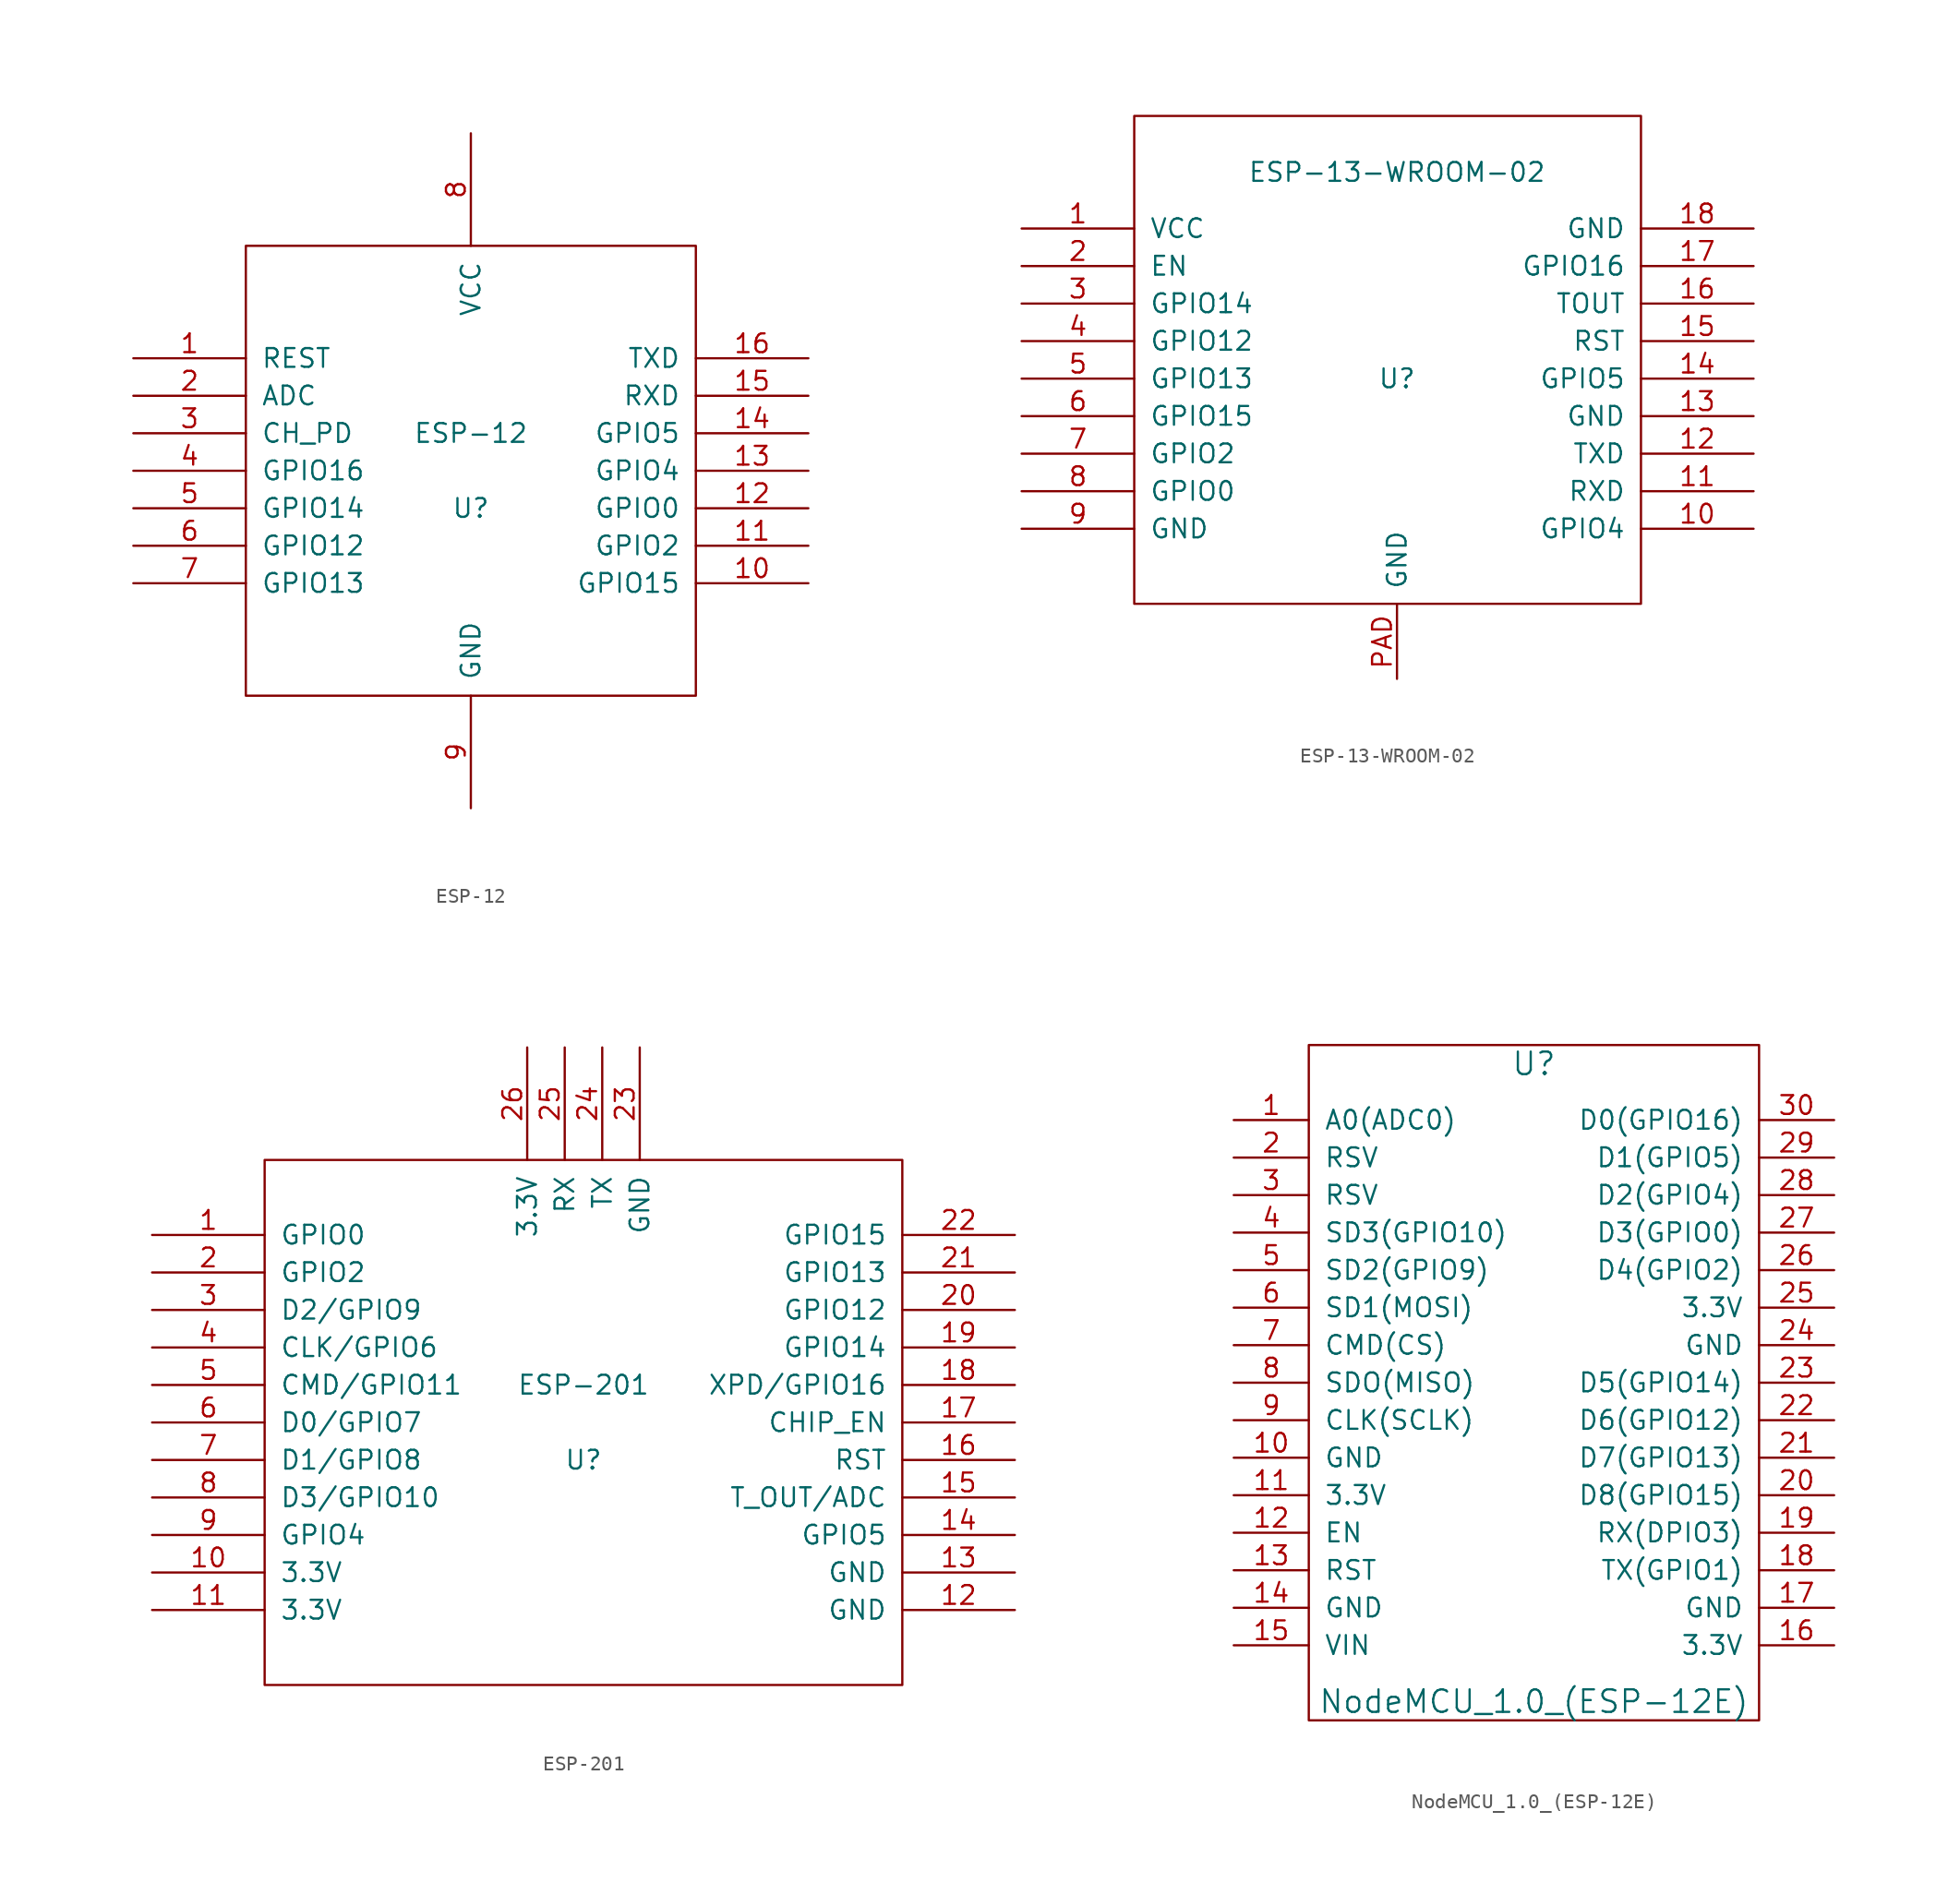
<source format=kicad_sym>
(kicad_symbol_lib
  (version 20241209)
  (generator "kicad_symbol_editor")
  (generator_version "9.0")
  (symbol "ESP-12"
    (pin_names
      (offset 1.016))
    (property "Reference" "U"
      (at 0 -2.54 0)
      (effects (font (size 1.27 1.27))))
    (property "Value" "ESP-12"
      (at 0 2.54 0)
      (effects (font (size 1.27 1.27))))
    (symbol "ESP-12_1_0"
      (rectangle (start -15.24 -15.24) (end 15.24 15.24) (stroke (width 0) (type solid)) (fill (type none))))
    (symbol "ESP-12_1_1"
      (pin input line (at -22.86 7.62 0) (length 7.62) (name "REST" (effects (font (size 1.27 1.27)))) (number "1" (effects (font (size 1.27 1.27)))))
      (pin passive line (at -22.86 5.08 0) (length 7.62) (name "ADC" (effects (font (size 1.27 1.27)))) (number "2" (effects (font (size 1.27 1.27)))))
      (pin input line (at -22.86 2.54 0) (length 7.62) (name "CH_PD" (effects (font (size 1.27 1.27)))) (number "3" (effects (font (size 1.27 1.27)))))
      (pin bidirectional line (at -22.86 0 0) (length 7.62) (name "GPIO16" (effects (font (size 1.27 1.27)))) (number "4" (effects (font (size 1.27 1.27)))))
      (pin bidirectional line (at -22.86 -2.54 0) (length 7.62) (name "GPIO14" (effects (font (size 1.27 1.27)))) (number "5" (effects (font (size 1.27 1.27)))))
      (pin bidirectional line (at -22.86 -5.08 0) (length 7.62) (name "GPIO12" (effects (font (size 1.27 1.27)))) (number "6" (effects (font (size 1.27 1.27)))))
      (pin bidirectional line (at -22.86 -7.62 0) (length 7.62) (name "GPIO13" (effects (font (size 1.27 1.27)))) (number "7" (effects (font (size 1.27 1.27)))))
      (pin power_in line (at 0 22.86 270) (length 7.62) (name "VCC" (effects (font (size 1.27 1.27)))) (number "8" (effects (font (size 1.27 1.27)))))
      (pin power_in line (at 0 -22.86 90) (length 7.62) (name "GND" (effects (font (size 1.27 1.27)))) (number "9" (effects (font (size 1.27 1.27)))))
      (pin output line (at 22.86 7.62 180) (length 7.62) (name "TXD" (effects (font (size 1.27 1.27)))) (number "16" (effects (font (size 1.27 1.27)))))
      (pin input line (at 22.86 5.08 180) (length 7.62) (name "RXD" (effects (font (size 1.27 1.27)))) (number "15" (effects (font (size 1.27 1.27)))))
      (pin bidirectional line (at 22.86 2.54 180) (length 7.62) (name "GPIO5" (effects (font (size 1.27 1.27)))) (number "14" (effects (font (size 1.27 1.27)))))
      (pin bidirectional line (at 22.86 0 180) (length 7.62) (name "GPIO4" (effects (font (size 1.27 1.27)))) (number "13" (effects (font (size 1.27 1.27)))))
      (pin bidirectional line (at 22.86 -2.54 180) (length 7.62) (name "GPIO0" (effects (font (size 1.27 1.27)))) (number "12" (effects (font (size 1.27 1.27)))))
      (pin bidirectional line (at 22.86 -5.08 180) (length 7.62) (name "GPIO2" (effects (font (size 1.27 1.27)))) (number "11" (effects (font (size 1.27 1.27)))))
      (pin bidirectional line (at 22.86 -7.62 180) (length 7.62) (name "GPIO15" (effects (font (size 1.27 1.27)))) (number "10" (effects (font (size 1.27 1.27)))))))
  (symbol "ESP-13-WROOM-02"
    (pin_names
      (offset 1.016))
    (property "Reference" "U"
      (at 0 -2.54 0)
      (effects (font (size 1.27 1.27))))
    (property "Value" "ESP-13-WROOM-02"
      (at 0 11.43 0)
      (effects (font (size 1.27 1.27))))
    (symbol "ESP-13-WROOM-02_1_0"
      (rectangle (start -17.78 -17.78) (end 16.51 15.24) (stroke (width 0) (type solid)) (fill (type none))))
    (symbol "ESP-13-WROOM-02_1_1"
      (pin input line (at -25.4 7.62 0) (length 7.62) (name "VCC" (effects (font (size 1.27 1.27)))) (number "1" (effects (font (size 1.27 1.27)))))
      (pin passive line (at -25.4 5.08 0) (length 7.62) (name "EN" (effects (font (size 1.27 1.27)))) (number "2" (effects (font (size 1.27 1.27)))))
      (pin input line (at -25.4 2.54 0) (length 7.62) (name "GPIO14" (effects (font (size 1.27 1.27)))) (number "3" (effects (font (size 1.27 1.27)))))
      (pin bidirectional line (at -25.4 0 0) (length 7.62) (name "GPIO12" (effects (font (size 1.27 1.27)))) (number "4" (effects (font (size 1.27 1.27)))))
      (pin bidirectional line (at -25.4 -2.54 0) (length 7.62) (name "GPIO13" (effects (font (size 1.27 1.27)))) (number "5" (effects (font (size 1.27 1.27)))))
      (pin bidirectional line (at -25.4 -5.08 0) (length 7.62) (name "GPIO15" (effects (font (size 1.27 1.27)))) (number "6" (effects (font (size 1.27 1.27)))))
      (pin bidirectional line (at -25.4 -7.62 0) (length 7.62) (name "GPIO2" (effects (font (size 1.27 1.27)))) (number "7" (effects (font (size 1.27 1.27)))))
      (pin bidirectional line (at -25.4 -10.16 0) (length 7.62) (name "GPIO0" (effects (font (size 1.27 1.27)))) (number "8" (effects (font (size 1.27 1.27)))))
      (pin power_in line (at -25.4 -12.7 0) (length 7.62) (name "GND" (effects (font (size 1.27 1.27)))) (number "9" (effects (font (size 1.27 1.27)))))
      (pin power_in line (at 0 -22.86 90) (length 5.004) (name "GND" (effects (font (size 1.27 1.27)))) (number "PAD" (effects (font (size 1.27 1.27)))))
      (pin power_in line (at 24.13 7.62 180) (length 7.62) (name "GND" (effects (font (size 1.27 1.27)))) (number "18" (effects (font (size 1.27 1.27)))))
      (pin bidirectional line (at 24.13 5.08 180) (length 7.62) (name "GPIO16" (effects (font (size 1.27 1.27)))) (number "17" (effects (font (size 1.27 1.27)))))
      (pin output line (at 24.13 2.54 180) (length 7.62) (name "TOUT" (effects (font (size 1.27 1.27)))) (number "16" (effects (font (size 1.27 1.27)))))
      (pin input line (at 24.13 0 180) (length 7.62) (name "RST" (effects (font (size 1.27 1.27)))) (number "15" (effects (font (size 1.27 1.27)))))
      (pin bidirectional line (at 24.13 -2.54 180) (length 7.62) (name "GPIO5" (effects (font (size 1.27 1.27)))) (number "14" (effects (font (size 1.27 1.27)))))
      (pin power_in line (at 24.13 -5.08 180) (length 7.62) (name "GND" (effects (font (size 1.27 1.27)))) (number "13" (effects (font (size 1.27 1.27)))))
      (pin bidirectional line (at 24.13 -7.62 180) (length 7.62) (name "TXD" (effects (font (size 1.27 1.27)))) (number "12" (effects (font (size 1.27 1.27)))))
      (pin bidirectional line (at 24.13 -10.16 180) (length 7.62) (name "RXD" (effects (font (size 1.27 1.27)))) (number "11" (effects (font (size 1.27 1.27)))))
      (pin bidirectional line (at 24.13 -12.7 180) (length 7.62) (name "GPIO4" (effects (font (size 1.27 1.27)))) (number "10" (effects (font (size 1.27 1.27)))))))
  (symbol "ESP-201"
    (pin_names
      (offset 1.016))
    (property "Reference" "U"
      (at 0 -2.54 0)
      (effects (font (size 1.27 1.27))))
    (property "Value" "ESP-201"
      (at 0 2.54 0)
      (effects (font (size 1.27 1.27))))
    (symbol "ESP-201_1_0"
      (rectangle (start -21.59 -17.78) (end 21.59 17.78) (stroke (width 0) (type solid)) (fill (type none))))
    (symbol "ESP-201_1_1"
      (pin bidirectional line (at -29.21 12.7 0) (length 7.62) (name "GPIO0" (effects (font (size 1.27 1.27)))) (number "1" (effects (font (size 1.27 1.27)))))
      (pin bidirectional line (at -29.21 10.16 0) (length 7.62) (name "GPIO2" (effects (font (size 1.27 1.27)))) (number "2" (effects (font (size 1.27 1.27)))))
      (pin output line (at -29.21 7.62 0) (length 7.62) (name "D2/GPIO9" (effects (font (size 1.27 1.27)))) (number "3" (effects (font (size 1.27 1.27)))))
      (pin output line (at -29.21 5.08 0) (length 7.62) (name "CLK/GPIO6" (effects (font (size 1.27 1.27)))) (number "4" (effects (font (size 1.27 1.27)))))
      (pin output line (at -29.21 2.54 0) (length 7.62) (name "CMD/GPIO11" (effects (font (size 1.27 1.27)))) (number "5" (effects (font (size 1.27 1.27)))))
      (pin output line (at -29.21 0 0) (length 7.62) (name "D0/GPIO7" (effects (font (size 1.27 1.27)))) (number "6" (effects (font (size 1.27 1.27)))))
      (pin output line (at -29.21 -2.54 0) (length 7.62) (name "D1/GPIO8" (effects (font (size 1.27 1.27)))) (number "7" (effects (font (size 1.27 1.27)))))
      (pin output line (at -29.21 -5.08 0) (length 7.62) (name "D3/GPIO10" (effects (font (size 1.27 1.27)))) (number "8" (effects (font (size 1.27 1.27)))))
      (pin bidirectional line (at -29.21 -7.62 0) (length 7.62) (name "GPIO4" (effects (font (size 1.27 1.27)))) (number "9" (effects (font (size 1.27 1.27)))))
      (pin power_in line (at -29.21 -10.16 0) (length 7.62) (name "3.3V" (effects (font (size 1.27 1.27)))) (number "10" (effects (font (size 1.27 1.27)))))
      (pin power_in line (at -29.21 -12.7 0) (length 7.62) (name "3.3V" (effects (font (size 1.27 1.27)))) (number "11" (effects (font (size 1.27 1.27)))))
      (pin power_in line (at -3.81 25.4 270) (length 7.62) (name "3.3V" (effects (font (size 1.27 1.27)))) (number "26" (effects (font (size 1.27 1.27)))))
      (pin input line (at -1.27 25.4 270) (length 7.62) (name "RX" (effects (font (size 1.27 1.27)))) (number "25" (effects (font (size 1.27 1.27)))))
      (pin output line (at 1.27 25.4 270) (length 7.62) (name "TX" (effects (font (size 1.27 1.27)))) (number "24" (effects (font (size 1.27 1.27)))))
      (pin power_in line (at 3.81 25.4 270) (length 7.62) (name "GND" (effects (font (size 1.27 1.27)))) (number "23" (effects (font (size 1.27 1.27)))))
      (pin bidirectional line (at 29.21 12.7 180) (length 7.62) (name "GPIO15" (effects (font (size 1.27 1.27)))) (number "22" (effects (font (size 1.27 1.27)))))
      (pin bidirectional line (at 29.21 10.16 180) (length 7.62) (name "GPIO13" (effects (font (size 1.27 1.27)))) (number "21" (effects (font (size 1.27 1.27)))))
      (pin bidirectional line (at 29.21 7.62 180) (length 7.62) (name "GPIO12" (effects (font (size 1.27 1.27)))) (number "20" (effects (font (size 1.27 1.27)))))
      (pin bidirectional line (at 29.21 5.08 180) (length 7.62) (name "GPIO14" (effects (font (size 1.27 1.27)))) (number "19" (effects (font (size 1.27 1.27)))))
      (pin bidirectional line (at 29.21 2.54 180) (length 7.62) (name "XPD/GPIO16" (effects (font (size 1.27 1.27)))) (number "18" (effects (font (size 1.27 1.27)))))
      (pin input line (at 29.21 0 180) (length 7.62) (name "CHIP_EN" (effects (font (size 1.27 1.27)))) (number "17" (effects (font (size 1.27 1.27)))))
      (pin input line (at 29.21 -2.54 180) (length 7.62) (name "RST" (effects (font (size 1.27 1.27)))) (number "16" (effects (font (size 1.27 1.27)))))
      (pin bidirectional line (at 29.21 -5.08 180) (length 7.62) (name "T_OUT/ADC" (effects (font (size 1.27 1.27)))) (number "15" (effects (font (size 1.27 1.27)))))
      (pin bidirectional line (at 29.21 -7.62 180) (length 7.62) (name "GPIO5" (effects (font (size 1.27 1.27)))) (number "14" (effects (font (size 1.27 1.27)))))
      (pin power_in line (at 29.21 -10.16 180) (length 7.62) (name "GND" (effects (font (size 1.27 1.27)))) (number "13" (effects (font (size 1.27 1.27)))))
      (pin power_in line (at 29.21 -12.7 180) (length 7.62) (name "GND" (effects (font (size 1.27 1.27)))) (number "12" (effects (font (size 1.27 1.27)))))))
  (symbol "NodeMCU_1.0_(ESP-12E)"
    (pin_names
      (offset 1.016))
    (property "Reference" "U"
      (at 0 21.59 0)
      (effects (font (size 1.524 1.524))))
    (property "Value" "NodeMCU_1.0_(ESP-12E)"
      (at 0 -21.59 0)
      (effects (font (size 1.524 1.524))))
    (property "Footprint" ""
      (at -15.24 -21.59 0)
      (effects (font (size 1.524 1.524))))
    (property "Datasheet" ""
      (at -15.24 -21.59 0)
      (effects (font (size 1.524 1.524))))
    (symbol "NodeMCU_1.0_(ESP-12E)_0_1"
      (rectangle (start -15.24 -22.86) (end 15.24 22.86) (stroke (width 0) (type solid)) (fill (type none))))
    (symbol "NodeMCU_1.0_(ESP-12E)_1_1"
      (pin input line (at -20.32 17.78 0) (length 5.08) (name "A0(ADC0)" (effects (font (size 1.27 1.27)))) (number "1" (effects (font (size 1.27 1.27)))))
      (pin input line (at -20.32 15.24 0) (length 5.08) (name "RSV" (effects (font (size 1.27 1.27)))) (number "2" (effects (font (size 1.27 1.27)))))
      (pin input line (at -20.32 12.7 0) (length 5.08) (name "RSV" (effects (font (size 1.27 1.27)))) (number "3" (effects (font (size 1.27 1.27)))))
      (pin bidirectional line (at -20.32 10.16 0) (length 5.08) (name "SD3(GPIO10)" (effects (font (size 1.27 1.27)))) (number "4" (effects (font (size 1.27 1.27)))))
      (pin bidirectional line (at -20.32 7.62 0) (length 5.08) (name "SD2(GPIO9)" (effects (font (size 1.27 1.27)))) (number "5" (effects (font (size 1.27 1.27)))))
      (pin bidirectional line (at -20.32 5.08 0) (length 5.08) (name "SD1(MOSI)" (effects (font (size 1.27 1.27)))) (number "6" (effects (font (size 1.27 1.27)))))
      (pin bidirectional line (at -20.32 2.54 0) (length 5.08) (name "CMD(CS)" (effects (font (size 1.27 1.27)))) (number "7" (effects (font (size 1.27 1.27)))))
      (pin bidirectional line (at -20.32 0 0) (length 5.08) (name "SDO(MISO)" (effects (font (size 1.27 1.27)))) (number "8" (effects (font (size 1.27 1.27)))))
      (pin bidirectional line (at -20.32 -2.54 0) (length 5.08) (name "CLK(SCLK)" (effects (font (size 1.27 1.27)))) (number "9" (effects (font (size 1.27 1.27)))))
      (pin input line (at -20.32 -5.08 0) (length 5.08) (name "GND" (effects (font (size 1.27 1.27)))) (number "10" (effects (font (size 1.27 1.27)))))
      (pin power_out line (at -20.32 -7.62 0) (length 5.08) (name "3.3V" (effects (font (size 1.27 1.27)))) (number "11" (effects (font (size 1.27 1.27)))))
      (pin input line (at -20.32 -10.16 0) (length 5.08) (name "EN" (effects (font (size 1.27 1.27)))) (number "12" (effects (font (size 1.27 1.27)))))
      (pin input line (at -20.32 -12.7 0) (length 5.08) (name "RST" (effects (font (size 1.27 1.27)))) (number "13" (effects (font (size 1.27 1.27)))))
      (pin power_in line (at -20.32 -15.24 0) (length 5.08) (name "GND" (effects (font (size 1.27 1.27)))) (number "14" (effects (font (size 1.27 1.27)))))
      (pin power_in line (at -20.32 -17.78 0) (length 5.08) (name "VIN" (effects (font (size 1.27 1.27)))) (number "15" (effects (font (size 1.27 1.27)))))
      (pin bidirectional line (at 20.32 17.78 180) (length 5.08) (name "D0(GPIO16)" (effects (font (size 1.27 1.27)))) (number "30" (effects (font (size 1.27 1.27)))))
      (pin bidirectional line (at 20.32 15.24 180) (length 5.08) (name "D1(GPIO5)" (effects (font (size 1.27 1.27)))) (number "29" (effects (font (size 1.27 1.27)))))
      (pin bidirectional line (at 20.32 12.7 180) (length 5.08) (name "D2(GPIO4)" (effects (font (size 1.27 1.27)))) (number "28" (effects (font (size 1.27 1.27)))))
      (pin bidirectional line (at 20.32 10.16 180) (length 5.08) (name "D3(GPIO0)" (effects (font (size 1.27 1.27)))) (number "27" (effects (font (size 1.27 1.27)))))
      (pin bidirectional line (at 20.32 7.62 180) (length 5.08) (name "D4(GPIO2)" (effects (font (size 1.27 1.27)))) (number "26" (effects (font (size 1.27 1.27)))))
      (pin power_out line (at 20.32 5.08 180) (length 5.08) (name "3.3V" (effects (font (size 1.27 1.27)))) (number "25" (effects (font (size 1.27 1.27)))))
      (pin power_in line (at 20.32 2.54 180) (length 5.08) (name "GND" (effects (font (size 1.27 1.27)))) (number "24" (effects (font (size 1.27 1.27)))))
      (pin bidirectional line (at 20.32 0 180) (length 5.08) (name "D5(GPIO14)" (effects (font (size 1.27 1.27)))) (number "23" (effects (font (size 1.27 1.27)))))
      (pin bidirectional line (at 20.32 -2.54 180) (length 5.08) (name "D6(GPIO12)" (effects (font (size 1.27 1.27)))) (number "22" (effects (font (size 1.27 1.27)))))
      (pin bidirectional line (at 20.32 -5.08 180) (length 5.08) (name "D7(GPIO13)" (effects (font (size 1.27 1.27)))) (number "21" (effects (font (size 1.27 1.27)))))
      (pin bidirectional line (at 20.32 -7.62 180) (length 5.08) (name "D8(GPIO15)" (effects (font (size 1.27 1.27)))) (number "20" (effects (font (size 1.27 1.27)))))
      (pin bidirectional line (at 20.32 -10.16 180) (length 5.08) (name "RX(DPIO3)" (effects (font (size 1.27 1.27)))) (number "19" (effects (font (size 1.27 1.27)))))
      (pin bidirectional line (at 20.32 -12.7 180) (length 5.08) (name "TX(GPIO1)" (effects (font (size 1.27 1.27)))) (number "18" (effects (font (size 1.27 1.27)))))
      (pin power_in line (at 20.32 -15.24 180) (length 5.08) (name "GND" (effects (font (size 1.27 1.27)))) (number "17" (effects (font (size 1.27 1.27)))))
      (pin power_out line (at 20.32 -17.78 180) (length 5.08) (name "3.3V" (effects (font (size 1.27 1.27)))) (number "16" (effects (font (size 1.27 1.27))))))))
</source>
